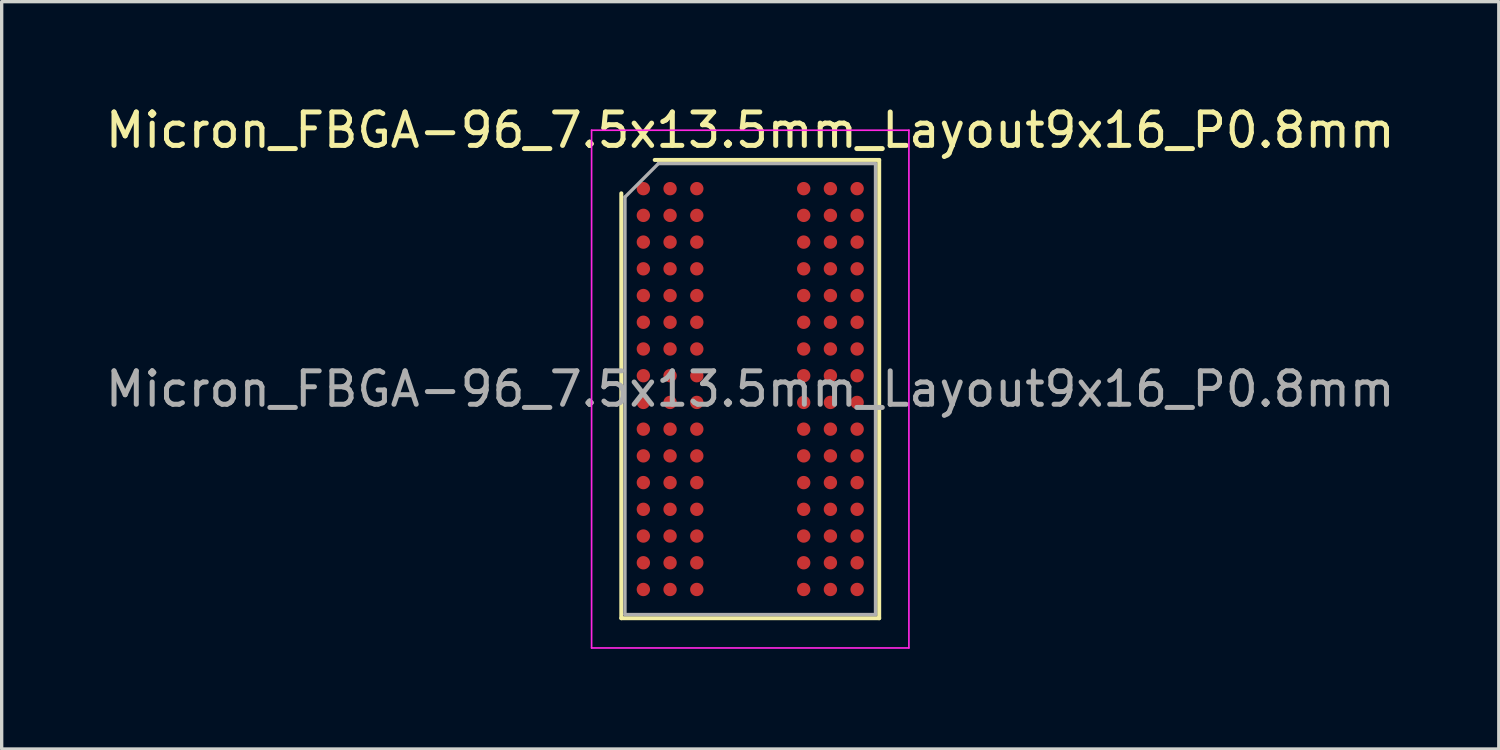
<source format=kicad_pcb>
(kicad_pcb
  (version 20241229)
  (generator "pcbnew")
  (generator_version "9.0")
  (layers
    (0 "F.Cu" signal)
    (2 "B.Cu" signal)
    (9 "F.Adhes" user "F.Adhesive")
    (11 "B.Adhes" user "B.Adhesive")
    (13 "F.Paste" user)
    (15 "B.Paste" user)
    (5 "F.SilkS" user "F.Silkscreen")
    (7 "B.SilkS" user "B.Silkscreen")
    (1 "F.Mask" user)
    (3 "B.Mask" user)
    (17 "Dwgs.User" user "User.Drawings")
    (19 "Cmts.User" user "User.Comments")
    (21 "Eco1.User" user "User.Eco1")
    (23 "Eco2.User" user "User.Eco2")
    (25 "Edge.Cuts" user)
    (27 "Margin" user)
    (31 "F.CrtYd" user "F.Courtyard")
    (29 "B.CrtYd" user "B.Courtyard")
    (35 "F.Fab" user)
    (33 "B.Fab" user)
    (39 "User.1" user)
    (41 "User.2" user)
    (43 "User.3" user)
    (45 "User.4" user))
  (footprint "Micron_FBGA-96_7.5x13.5mm_Layout9x16_P0.8mm"
    (layer "F.Cu")
    (at 19.411 8.598)
    (property "Reference" "Micron_FBGA-96_7.5x13.5mm_Layout9x16_P0.8mm" (at 0 -7.75 0) (layer "F.SilkS") (effects (font (size 1 1) (thickness 0.15))))
    (attr smd)
    (fp_line (start -3.86 6.86) (end -3.86 -5.86) (stroke (width 0.12) (type solid)) (layer "F.SilkS"))
    (fp_line (start -2.86 -6.86) (end 3.86 -6.86) (stroke (width 0.12) (type solid)) (layer "F.SilkS"))
    (fp_line (start 3.86 -6.86) (end 3.86 6.86) (stroke (width 0.12) (type solid)) (layer "F.SilkS"))
    (fp_line (start 3.86 6.86) (end -3.86 6.86) (stroke (width 0.12) (type solid)) (layer "F.SilkS"))
    (fp_line (start -4.75 -7.75) (end -4.75 7.75) (stroke (width 0.05) (type solid)) (layer "F.CrtYd"))
    (fp_line (start -4.75 7.75) (end 4.75 7.75) (stroke (width 0.05) (type solid)) (layer "F.CrtYd"))
    (fp_line (start 4.75 -7.75) (end -4.75 -7.75) (stroke (width 0.05) (type solid)) (layer "F.CrtYd"))
    (fp_line (start 4.75 7.75) (end 4.75 -7.75) (stroke (width 0.05) (type solid)) (layer "F.CrtYd"))
    (fp_line (start -3.75 -5.75) (end -2.75 -6.75) (stroke (width 0.1) (type solid)) (layer "F.Fab"))
    (fp_line (start -3.75 6.75) (end -3.75 -5.75) (stroke (width 0.1) (type solid)) (layer "F.Fab"))
    (fp_line (start -2.75 -6.75) (end 3.75 -6.75) (stroke (width 0.1) (type solid)) (layer "F.Fab"))
    (fp_line (start 3.75 -6.75) (end 3.75 6.75) (stroke (width 0.1) (type solid)) (layer "F.Fab"))
    (fp_line (start 3.75 6.75) (end -3.75 6.75) (stroke (width 0.1) (type solid)) (layer "F.Fab"))
    (fp_text user "${REFERENCE}" (at 0 0 0) (layer "F.Fab") (effects (font (size 1 1) (thickness 0.15))))
    (pad "A1" smd circle (at -3.2 -6) (size 0.4 0.4) (layers "F.Cu" "F.Mask" "F.Paste"))
    (pad "A2" smd circle (at -2.4 -6) (size 0.4 0.4) (layers "F.Cu" "F.Mask" "F.Paste"))
    (pad "A3" smd circle (at -1.6 -6) (size 0.4 0.4) (layers "F.Cu" "F.Mask" "F.Paste"))
    (pad "A7" smd circle (at 1.6 -6) (size 0.4 0.4) (layers "F.Cu" "F.Mask" "F.Paste"))
    (pad "A8" smd circle (at 2.4 -6) (size 0.4 0.4) (layers "F.Cu" "F.Mask" "F.Paste"))
    (pad "A9" smd circle (at 3.2 -6) (size 0.4 0.4) (layers "F.Cu" "F.Mask" "F.Paste"))
    (pad "B1" smd circle (at -3.2 -5.2) (size 0.4 0.4) (layers "F.Cu" "F.Mask" "F.Paste"))
    (pad "B2" smd circle (at -2.4 -5.2) (size 0.4 0.4) (layers "F.Cu" "F.Mask" "F.Paste"))
    (pad "B3" smd circle (at -1.6 -5.2) (size 0.4 0.4) (layers "F.Cu" "F.Mask" "F.Paste"))
    (pad "B7" smd circle (at 1.6 -5.2) (size 0.4 0.4) (layers "F.Cu" "F.Mask" "F.Paste"))
    (pad "B8" smd circle (at 2.4 -5.2) (size 0.4 0.4) (layers "F.Cu" "F.Mask" "F.Paste"))
    (pad "B9" smd circle (at 3.2 -5.2) (size 0.4 0.4) (layers "F.Cu" "F.Mask" "F.Paste"))
    (pad "C1" smd circle (at -3.2 -4.4) (size 0.4 0.4) (layers "F.Cu" "F.Mask" "F.Paste"))
    (pad "C2" smd circle (at -2.4 -4.4) (size 0.4 0.4) (layers "F.Cu" "F.Mask" "F.Paste"))
    (pad "C3" smd circle (at -1.6 -4.4) (size 0.4 0.4) (layers "F.Cu" "F.Mask" "F.Paste"))
    (pad "C7" smd circle (at 1.6 -4.4) (size 0.4 0.4) (layers "F.Cu" "F.Mask" "F.Paste"))
    (pad "C8" smd circle (at 2.4 -4.4) (size 0.4 0.4) (layers "F.Cu" "F.Mask" "F.Paste"))
    (pad "C9" smd circle (at 3.2 -4.4) (size 0.4 0.4) (layers "F.Cu" "F.Mask" "F.Paste"))
    (pad "D1" smd circle (at -3.2 -3.6) (size 0.4 0.4) (layers "F.Cu" "F.Mask" "F.Paste"))
    (pad "D2" smd circle (at -2.4 -3.6) (size 0.4 0.4) (layers "F.Cu" "F.Mask" "F.Paste"))
    (pad "D3" smd circle (at -1.6 -3.6) (size 0.4 0.4) (layers "F.Cu" "F.Mask" "F.Paste"))
    (pad "D7" smd circle (at 1.6 -3.6) (size 0.4 0.4) (layers "F.Cu" "F.Mask" "F.Paste"))
    (pad "D8" smd circle (at 2.4 -3.6) (size 0.4 0.4) (layers "F.Cu" "F.Mask" "F.Paste"))
    (pad "D9" smd circle (at 3.2 -3.6) (size 0.4 0.4) (layers "F.Cu" "F.Mask" "F.Paste"))
    (pad "E1" smd circle (at -3.2 -2.8) (size 0.4 0.4) (layers "F.Cu" "F.Mask" "F.Paste"))
    (pad "E2" smd circle (at -2.4 -2.8) (size 0.4 0.4) (layers "F.Cu" "F.Mask" "F.Paste"))
    (pad "E3" smd circle (at -1.6 -2.8) (size 0.4 0.4) (layers "F.Cu" "F.Mask" "F.Paste"))
    (pad "E7" smd circle (at 1.6 -2.8) (size 0.4 0.4) (layers "F.Cu" "F.Mask" "F.Paste"))
    (pad "E8" smd circle (at 2.4 -2.8) (size 0.4 0.4) (layers "F.Cu" "F.Mask" "F.Paste"))
    (pad "E9" smd circle (at 3.2 -2.8) (size 0.4 0.4) (layers "F.Cu" "F.Mask" "F.Paste"))
    (pad "F1" smd circle (at -3.2 -2) (size 0.4 0.4) (layers "F.Cu" "F.Mask" "F.Paste"))
    (pad "F2" smd circle (at -2.4 -2) (size 0.4 0.4) (layers "F.Cu" "F.Mask" "F.Paste"))
    (pad "F3" smd circle (at -1.6 -2) (size 0.4 0.4) (layers "F.Cu" "F.Mask" "F.Paste"))
    (pad "F7" smd circle (at 1.6 -2) (size 0.4 0.4) (layers "F.Cu" "F.Mask" "F.Paste"))
    (pad "F8" smd circle (at 2.4 -2) (size 0.4 0.4) (layers "F.Cu" "F.Mask" "F.Paste"))
    (pad "F9" smd circle (at 3.2 -2) (size 0.4 0.4) (layers "F.Cu" "F.Mask" "F.Paste"))
    (pad "G1" smd circle (at -3.2 -1.2) (size 0.4 0.4) (layers "F.Cu" "F.Mask" "F.Paste"))
    (pad "G2" smd circle (at -2.4 -1.2) (size 0.4 0.4) (layers "F.Cu" "F.Mask" "F.Paste"))
    (pad "G3" smd circle (at -1.6 -1.2) (size 0.4 0.4) (layers "F.Cu" "F.Mask" "F.Paste"))
    (pad "G7" smd circle (at 1.6 -1.2) (size 0.4 0.4) (layers "F.Cu" "F.Mask" "F.Paste"))
    (pad "G8" smd circle (at 2.4 -1.2) (size 0.4 0.4) (layers "F.Cu" "F.Mask" "F.Paste"))
    (pad "G9" smd circle (at 3.2 -1.2) (size 0.4 0.4) (layers "F.Cu" "F.Mask" "F.Paste"))
    (pad "H1" smd circle (at -3.2 -0.4) (size 0.4 0.4) (layers "F.Cu" "F.Mask" "F.Paste"))
    (pad "H2" smd circle (at -2.4 -0.4) (size 0.4 0.4) (layers "F.Cu" "F.Mask" "F.Paste"))
    (pad "H3" smd circle (at -1.6 -0.4) (size 0.4 0.4) (layers "F.Cu" "F.Mask" "F.Paste"))
    (pad "H7" smd circle (at 1.6 -0.4) (size 0.4 0.4) (layers "F.Cu" "F.Mask" "F.Paste"))
    (pad "H8" smd circle (at 2.4 -0.4) (size 0.4 0.4) (layers "F.Cu" "F.Mask" "F.Paste"))
    (pad "H9" smd circle (at 3.2 -0.4) (size 0.4 0.4) (layers "F.Cu" "F.Mask" "F.Paste"))
    (pad "J1" smd circle (at -3.2 0.4) (size 0.4 0.4) (layers "F.Cu" "F.Mask" "F.Paste"))
    (pad "J2" smd circle (at -2.4 0.4) (size 0.4 0.4) (layers "F.Cu" "F.Mask" "F.Paste"))
    (pad "J3" smd circle (at -1.6 0.4) (size 0.4 0.4) (layers "F.Cu" "F.Mask" "F.Paste"))
    (pad "J7" smd circle (at 1.6 0.4) (size 0.4 0.4) (layers "F.Cu" "F.Mask" "F.Paste"))
    (pad "J8" smd circle (at 2.4 0.4) (size 0.4 0.4) (layers "F.Cu" "F.Mask" "F.Paste"))
    (pad "J9" smd circle (at 3.2 0.4) (size 0.4 0.4) (layers "F.Cu" "F.Mask" "F.Paste"))
    (pad "K1" smd circle (at -3.2 1.2) (size 0.4 0.4) (layers "F.Cu" "F.Mask" "F.Paste"))
    (pad "K2" smd circle (at -2.4 1.2) (size 0.4 0.4) (layers "F.Cu" "F.Mask" "F.Paste"))
    (pad "K3" smd circle (at -1.6 1.2) (size 0.4 0.4) (layers "F.Cu" "F.Mask" "F.Paste"))
    (pad "K7" smd circle (at 1.6 1.2) (size 0.4 0.4) (layers "F.Cu" "F.Mask" "F.Paste"))
    (pad "K8" smd circle (at 2.4 1.2) (size 0.4 0.4) (layers "F.Cu" "F.Mask" "F.Paste"))
    (pad "K9" smd circle (at 3.2 1.2) (size 0.4 0.4) (layers "F.Cu" "F.Mask" "F.Paste"))
    (pad "L1" smd circle (at -3.2 2) (size 0.4 0.4) (layers "F.Cu" "F.Mask" "F.Paste"))
    (pad "L2" smd circle (at -2.4 2) (size 0.4 0.4) (layers "F.Cu" "F.Mask" "F.Paste"))
    (pad "L3" smd circle (at -1.6 2) (size 0.4 0.4) (layers "F.Cu" "F.Mask" "F.Paste"))
    (pad "L7" smd circle (at 1.6 2) (size 0.4 0.4) (layers "F.Cu" "F.Mask" "F.Paste"))
    (pad "L8" smd circle (at 2.4 2) (size 0.4 0.4) (layers "F.Cu" "F.Mask" "F.Paste"))
    (pad "L9" smd circle (at 3.2 2) (size 0.4 0.4) (layers "F.Cu" "F.Mask" "F.Paste"))
    (pad "M1" smd circle (at -3.2 2.8) (size 0.4 0.4) (layers "F.Cu" "F.Mask" "F.Paste"))
    (pad "M2" smd circle (at -2.4 2.8) (size 0.4 0.4) (layers "F.Cu" "F.Mask" "F.Paste"))
    (pad "M3" smd circle (at -1.6 2.8) (size 0.4 0.4) (layers "F.Cu" "F.Mask" "F.Paste"))
    (pad "M7" smd circle (at 1.6 2.8) (size 0.4 0.4) (layers "F.Cu" "F.Mask" "F.Paste"))
    (pad "M8" smd circle (at 2.4 2.8) (size 0.4 0.4) (layers "F.Cu" "F.Mask" "F.Paste"))
    (pad "M9" smd circle (at 3.2 2.8) (size 0.4 0.4) (layers "F.Cu" "F.Mask" "F.Paste"))
    (pad "N1" smd circle (at -3.2 3.6) (size 0.4 0.4) (layers "F.Cu" "F.Mask" "F.Paste"))
    (pad "N2" smd circle (at -2.4 3.6) (size 0.4 0.4) (layers "F.Cu" "F.Mask" "F.Paste"))
    (pad "N3" smd circle (at -1.6 3.6) (size 0.4 0.4) (layers "F.Cu" "F.Mask" "F.Paste"))
    (pad "N7" smd circle (at 1.6 3.6) (size 0.4 0.4) (layers "F.Cu" "F.Mask" "F.Paste"))
    (pad "N8" smd circle (at 2.4 3.6) (size 0.4 0.4) (layers "F.Cu" "F.Mask" "F.Paste"))
    (pad "N9" smd circle (at 3.2 3.6) (size 0.4 0.4) (layers "F.Cu" "F.Mask" "F.Paste"))
    (pad "P1" smd circle (at -3.2 4.4) (size 0.4 0.4) (layers "F.Cu" "F.Mask" "F.Paste"))
    (pad "P2" smd circle (at -2.4 4.4) (size 0.4 0.4) (layers "F.Cu" "F.Mask" "F.Paste"))
    (pad "P3" smd circle (at -1.6 4.4) (size 0.4 0.4) (layers "F.Cu" "F.Mask" "F.Paste"))
    (pad "P7" smd circle (at 1.6 4.4) (size 0.4 0.4) (layers "F.Cu" "F.Mask" "F.Paste"))
    (pad "P8" smd circle (at 2.4 4.4) (size 0.4 0.4) (layers "F.Cu" "F.Mask" "F.Paste"))
    (pad "P9" smd circle (at 3.2 4.4) (size 0.4 0.4) (layers "F.Cu" "F.Mask" "F.Paste"))
    (pad "R1" smd circle (at -3.2 5.2) (size 0.4 0.4) (layers "F.Cu" "F.Mask" "F.Paste"))
    (pad "R2" smd circle (at -2.4 5.2) (size 0.4 0.4) (layers "F.Cu" "F.Mask" "F.Paste"))
    (pad "R3" smd circle (at -1.6 5.2) (size 0.4 0.4) (layers "F.Cu" "F.Mask" "F.Paste"))
    (pad "R7" smd circle (at 1.6 5.2) (size 0.4 0.4) (layers "F.Cu" "F.Mask" "F.Paste"))
    (pad "R8" smd circle (at 2.4 5.2) (size 0.4 0.4) (layers "F.Cu" "F.Mask" "F.Paste"))
    (pad "R9" smd circle (at 3.2 5.2) (size 0.4 0.4) (layers "F.Cu" "F.Mask" "F.Paste"))
    (pad "T1" smd circle (at -3.2 6) (size 0.4 0.4) (layers "F.Cu" "F.Mask" "F.Paste"))
    (pad "T2" smd circle (at -2.4 6) (size 0.4 0.4) (layers "F.Cu" "F.Mask" "F.Paste"))
    (pad "T3" smd circle (at -1.6 6) (size 0.4 0.4) (layers "F.Cu" "F.Mask" "F.Paste"))
    (pad "T7" smd circle (at 1.6 6) (size 0.4 0.4) (layers "F.Cu" "F.Mask" "F.Paste"))
    (pad "T8" smd circle (at 2.4 6) (size 0.4 0.4) (layers "F.Cu" "F.Mask" "F.Paste"))
    (pad "T9" smd circle (at 3.2 6) (size 0.4 0.4) (layers "F.Cu" "F.Mask" "F.Paste")))
  (gr_rect
    (start -3 -3)
    (end 41.821 19.373)
    (stroke (width 0.1) (type default))
    (fill no)
    (layer "Edge.Cuts")))
</source>
